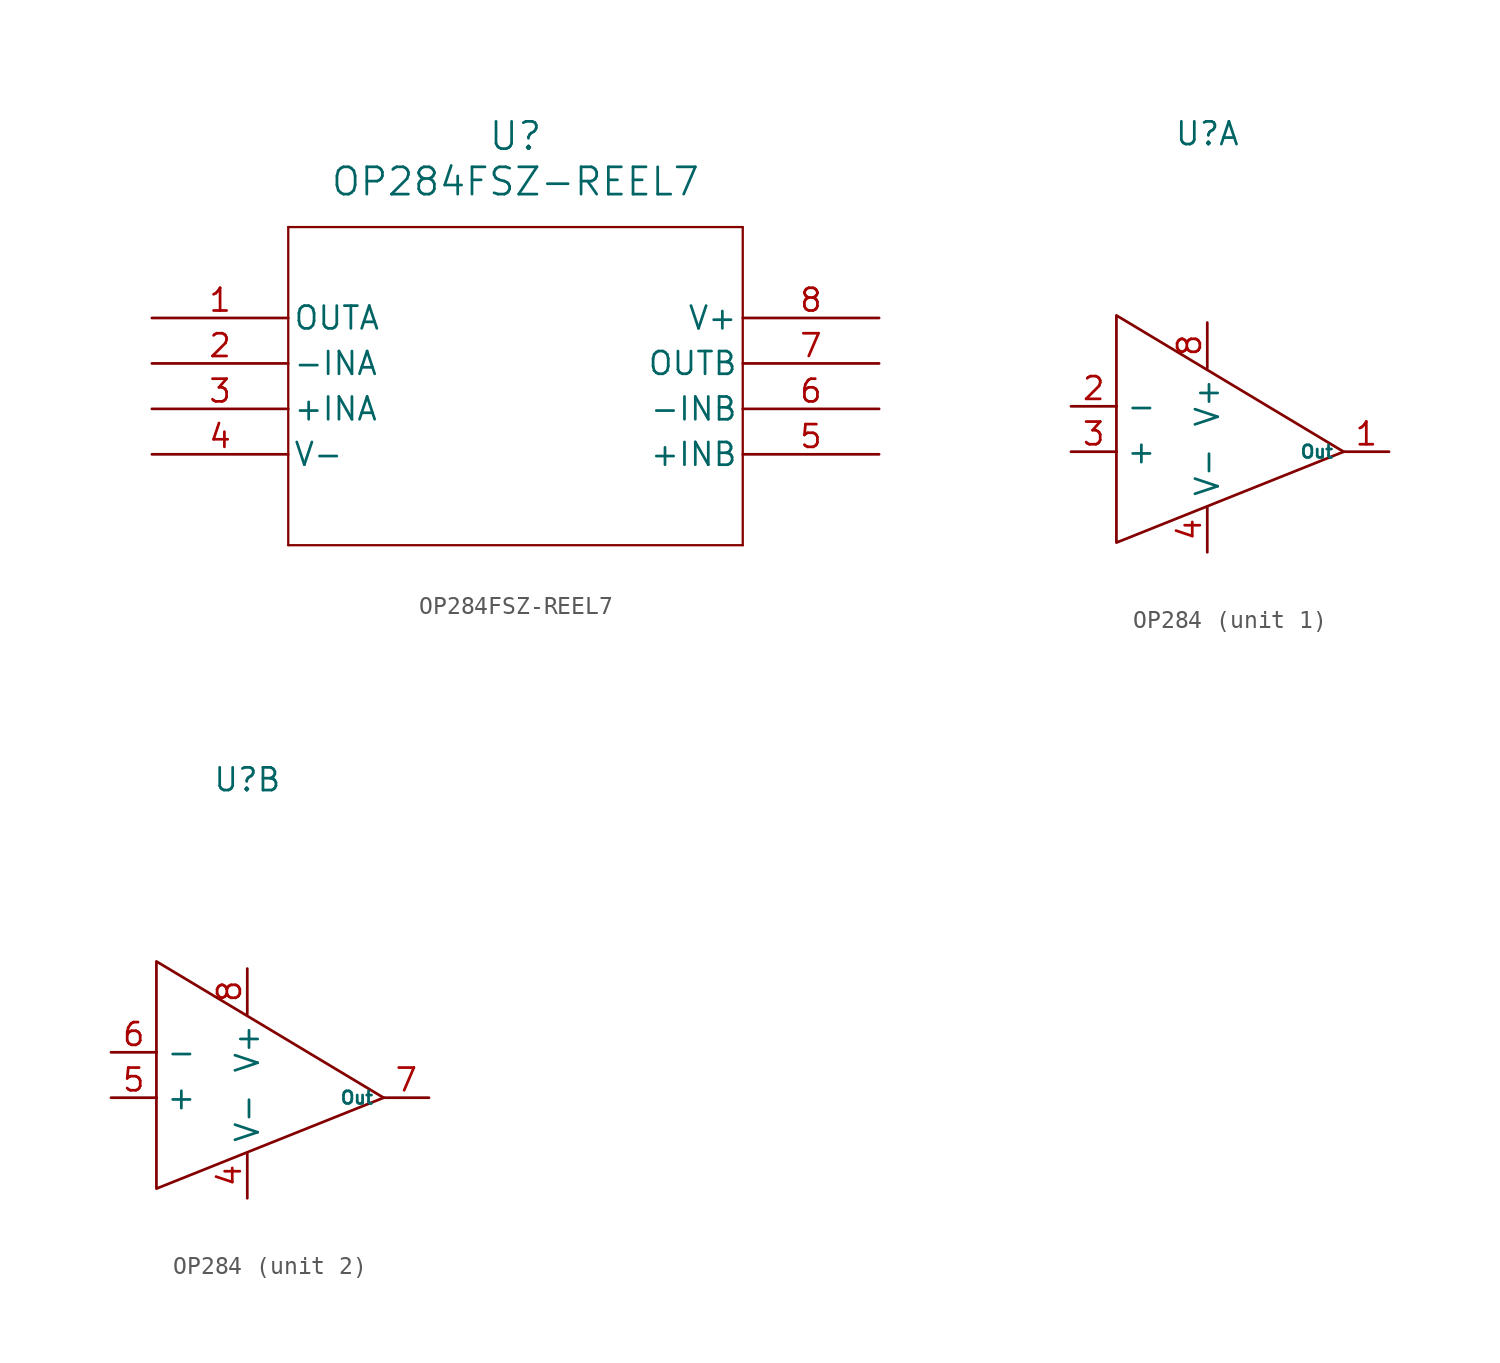
<source format=kicad_sym>
(kicad_symbol_lib
  (version 20220914)
  (generator kicad_symbol_editor)
  (symbol "OP284FSZ-REEL7"
    (pin_names
      (offset 0.254))
    (property "Reference" "U"
      (at 20.32 10.16 0)
      (effects (font (size 1.524 1.524))))
    (property "Value" "OP284FSZ-REEL7"
      (at 20.32 7.62 0)
      (effects (font (size 1.524 1.524))))
    (property "ki_locked" ""
      (at 0 0 0)
      (effects (font (size 1.27 1.27))))
    (symbol "OP284FSZ-REEL7_0_1"
      (polyline (pts (xy 7.62 -12.7) (xy 33.02 -12.7)) (stroke (width 0.127) (type default)) (fill (type none)))
      (polyline (pts (xy 7.62 5.08) (xy 7.62 -12.7)) (stroke (width 0.127) (type default)) (fill (type none)))
      (polyline (pts (xy 33.02 -12.7) (xy 33.02 5.08)) (stroke (width 0.127) (type default)) (fill (type none)))
      (polyline (pts (xy 33.02 5.08) (xy 7.62 5.08)) (stroke (width 0.127) (type default)) (fill (type none)))
      (pin output line (at 0 0 0) (length 7.62) (name "OUTA" (effects (font (size 1.27 1.27)))) (number "1" (effects (font (size 1.27 1.27)))))
      (pin input line (at 0 -2.54 0) (length 7.62) (name "-INA" (effects (font (size 1.27 1.27)))) (number "2" (effects (font (size 1.27 1.27)))))
      (pin input line (at 0 -5.08 0) (length 7.62) (name "+INA" (effects (font (size 1.27 1.27)))) (number "3" (effects (font (size 1.27 1.27)))))
      (pin power_in line (at 0 -7.62 0) (length 7.62) (name "V-" (effects (font (size 1.27 1.27)))) (number "4" (effects (font (size 1.27 1.27)))))
      (pin input line (at 40.64 -7.62 180) (length 7.62) (name "+INB" (effects (font (size 1.27 1.27)))) (number "5" (effects (font (size 1.27 1.27)))))
      (pin input line (at 40.64 -5.08 180) (length 7.62) (name "-INB" (effects (font (size 1.27 1.27)))) (number "6" (effects (font (size 1.27 1.27)))))
      (pin output line (at 40.64 -2.54 180) (length 7.62) (name "OUTB" (effects (font (size 1.27 1.27)))) (number "7" (effects (font (size 1.27 1.27)))))
      (pin power_in line (at 40.64 0 180) (length 7.62) (name "V+" (effects (font (size 1.27 1.27)))) (number "8" (effects (font (size 1.27 1.27)))))))
  (symbol "OP284"
    (property "Reference" "U"
      (at 0 0 0)
      (effects (font (size 1.27 1.27))))
    (property "Value" ""
      (at 0 0 0)
      (effects (font (size 1.27 1.27))))
    (symbol "OP284_0_1"
      (polyline (pts (xy -5.08 -17.78) (xy -5.08 -15.24)) (stroke (width 0) (type default)) (fill (type none)))
      (polyline (pts (xy -5.08 -17.78) (xy -5.08 -22.86) (xy 7.62 -17.78)) (stroke (width 0) (type default)) (fill (type none)))
      (polyline (pts (xy -5.08 -15.24) (xy -5.08 -10.16) (xy 7.62 -17.78)) (stroke (width 0) (type default)) (fill (type none))))
    (symbol "OP284_1_1"
      (pin output line (at 10.16 -17.78 180) (length 2.54) (name "Out" (effects (font (size 0.7 0.7)))) (number "1" (effects (font (size 1.27 1.27)))))
      (pin input line (at -7.62 -15.24 0) (length 2.54) (name "-" (effects (font (size 1.27 1.27)))) (number "2" (effects (font (size 1.27 1.27)))))
      (pin input line (at -7.62 -17.78 0) (length 2.54) (name "+" (effects (font (size 1.27 1.27)))) (number "3" (effects (font (size 1.27 1.27)))))
      (pin power_in line (at 0 -23.4 90) (length 2.54) (name "V-" (effects (font (size 1.27 1.27)))) (number "4" (effects (font (size 1.27 1.27)))))
      (pin power_in line (at 0 -10.56 270) (length 2.54) (name "V+" (effects (font (size 1.27 1.27)))) (number "8" (effects (font (size 1.27 1.27))))))
    (symbol "OP284_2_1"
      (pin power_in line (at 0 -23.4 90) (length 2.54) (name "V-" (effects (font (size 1.27 1.27)))) (number "4" (effects (font (size 1.27 1.27)))))
      (pin input line (at -7.62 -17.78 0) (length 2.54) (name "+" (effects (font (size 1.27 1.27)))) (number "5" (effects (font (size 1.27 1.27)))))
      (pin input line (at -7.62 -15.24 0) (length 2.54) (name "-" (effects (font (size 1.27 1.27)))) (number "6" (effects (font (size 1.27 1.27)))))
      (pin output line (at 10.16 -17.78 180) (length 2.54) (name "Out" (effects (font (size 0.7 0.7)))) (number "7" (effects (font (size 1.27 1.27)))))
      (pin power_in line (at 0 -10.56 270) (length 2.54) (name "V+" (effects (font (size 1.27 1.27)))) (number "8" (effects (font (size 1.27 1.27))))))))
</source>
